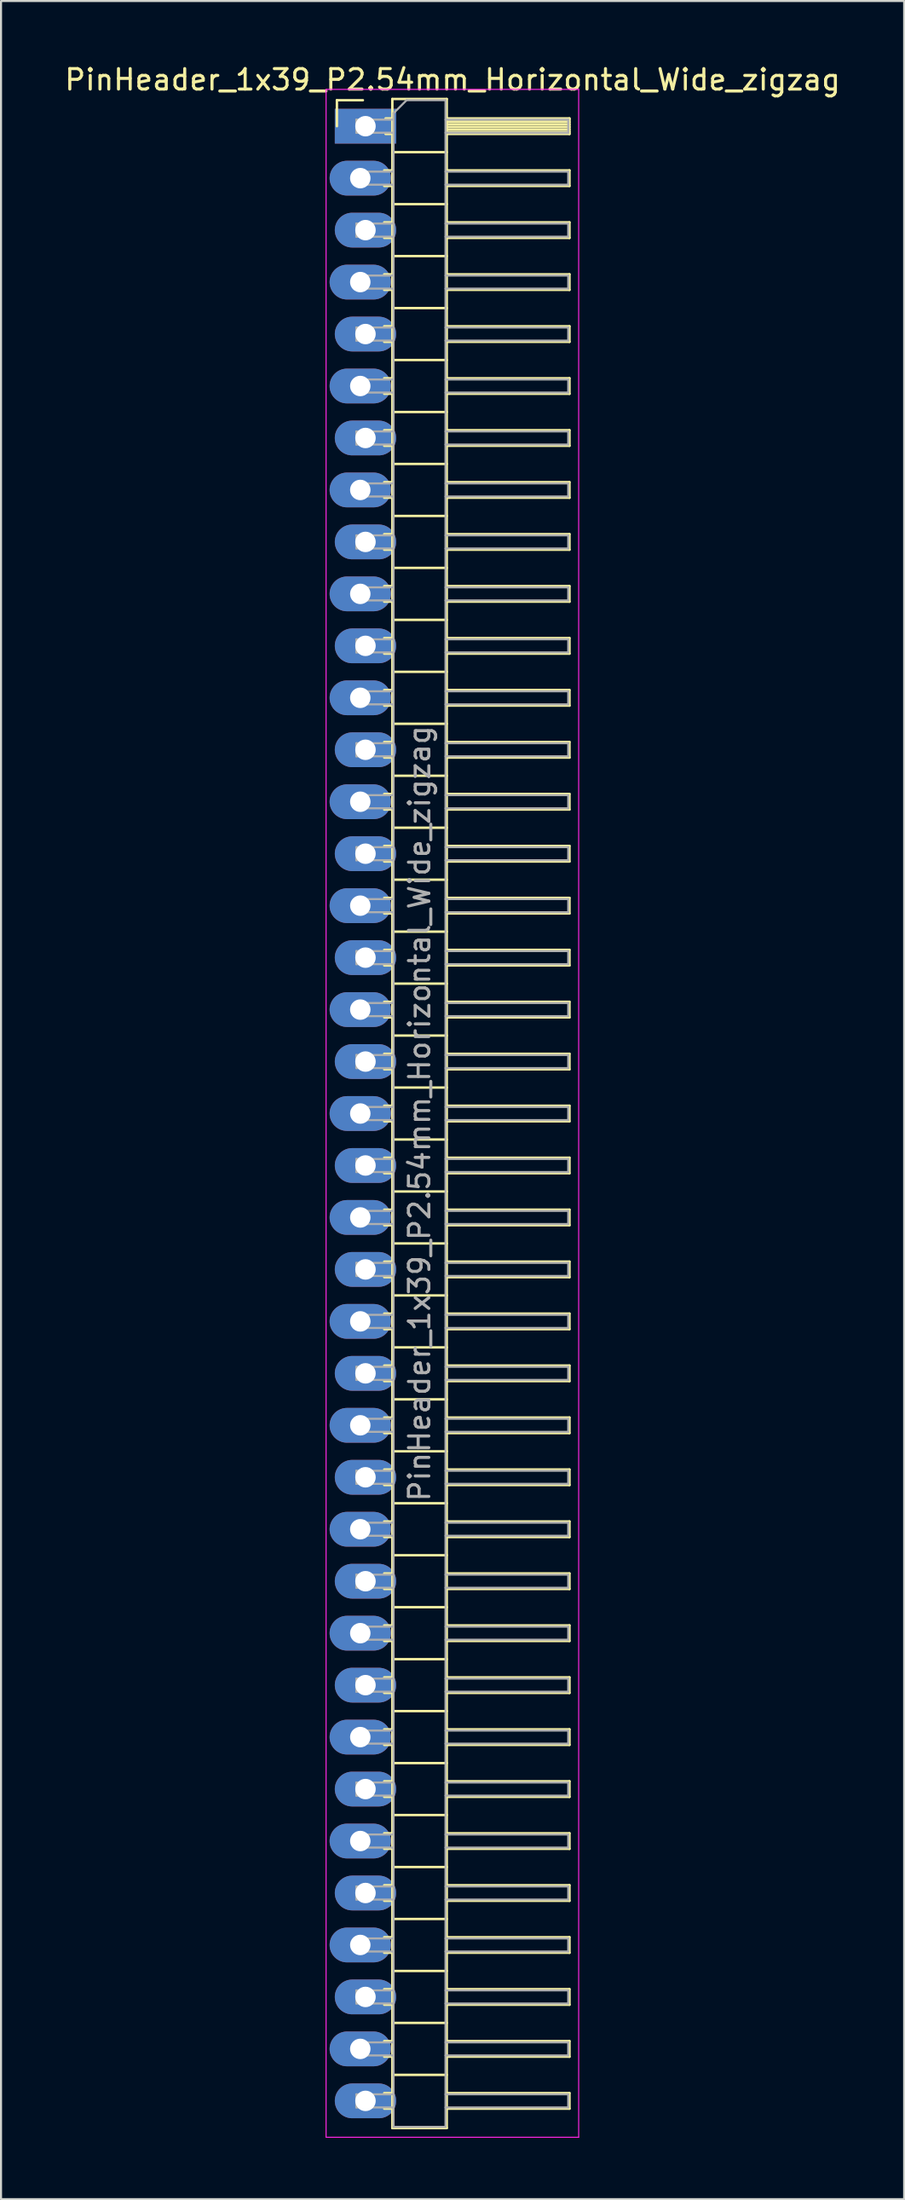
<source format=kicad_pcb>
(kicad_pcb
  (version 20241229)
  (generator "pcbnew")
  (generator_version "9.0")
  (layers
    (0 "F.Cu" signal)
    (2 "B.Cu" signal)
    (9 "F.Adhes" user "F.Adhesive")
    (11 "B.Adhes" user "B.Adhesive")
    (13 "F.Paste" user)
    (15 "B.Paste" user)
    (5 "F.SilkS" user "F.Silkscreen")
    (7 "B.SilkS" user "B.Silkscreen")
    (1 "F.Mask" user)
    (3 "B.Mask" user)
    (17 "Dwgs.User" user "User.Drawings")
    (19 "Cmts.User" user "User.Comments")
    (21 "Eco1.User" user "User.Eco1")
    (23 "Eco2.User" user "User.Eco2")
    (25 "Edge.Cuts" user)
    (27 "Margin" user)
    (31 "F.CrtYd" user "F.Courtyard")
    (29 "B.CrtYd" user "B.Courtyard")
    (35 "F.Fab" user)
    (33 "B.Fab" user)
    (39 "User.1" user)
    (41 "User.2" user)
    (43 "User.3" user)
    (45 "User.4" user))
  (footprint "PinHeader_1x39_P2.54mm_Horizontal_Wide_zigzag"
    (layer "F.Cu")
    (at 14.692 3.118)
    (property "Reference" "PinHeader_1x39_P2.54mm_Horizontal_Wide_zigzag" (at 4.385 -2.27 0) (layer "F.SilkS") (effects (font (size 1 1) (thickness 0.15))))
    (attr through_hole)
    (fp_line (start -1.27 -1.27) (end 0 -1.27) (stroke (width 0.12) (type solid)) (layer "F.SilkS"))
    (fp_line (start -1.27 0) (end -1.27 -1.27) (stroke (width 0.12) (type solid)) (layer "F.SilkS"))
    (fp_line (start 1.043 2.16) (end 1.44 2.16) (stroke (width 0.12) (type solid)) (layer "F.SilkS"))
    (fp_line (start 1.043 2.92) (end 1.44 2.92) (stroke (width 0.12) (type solid)) (layer "F.SilkS"))
    (fp_line (start 1.043 4.7) (end 1.44 4.7) (stroke (width 0.12) (type solid)) (layer "F.SilkS"))
    (fp_line (start 1.043 5.46) (end 1.44 5.46) (stroke (width 0.12) (type solid)) (layer "F.SilkS"))
    (fp_line (start 1.043 7.24) (end 1.44 7.24) (stroke (width 0.12) (type solid)) (layer "F.SilkS"))
    (fp_line (start 1.043 8) (end 1.44 8) (stroke (width 0.12) (type solid)) (layer "F.SilkS"))
    (fp_line (start 1.043 9.78) (end 1.44 9.78) (stroke (width 0.12) (type solid)) (layer "F.SilkS"))
    (fp_line (start 1.043 10.54) (end 1.44 10.54) (stroke (width 0.12) (type solid)) (layer "F.SilkS"))
    (fp_line (start 1.043 12.32) (end 1.44 12.32) (stroke (width 0.12) (type solid)) (layer "F.SilkS"))
    (fp_line (start 1.043 13.08) (end 1.44 13.08) (stroke (width 0.12) (type solid)) (layer "F.SilkS"))
    (fp_line (start 1.043 14.86) (end 1.44 14.86) (stroke (width 0.12) (type solid)) (layer "F.SilkS"))
    (fp_line (start 1.043 15.62) (end 1.44 15.62) (stroke (width 0.12) (type solid)) (layer "F.SilkS"))
    (fp_line (start 1.043 17.4) (end 1.44 17.4) (stroke (width 0.12) (type solid)) (layer "F.SilkS"))
    (fp_line (start 1.043 18.16) (end 1.44 18.16) (stroke (width 0.12) (type solid)) (layer "F.SilkS"))
    (fp_line (start 1.043 19.94) (end 1.44 19.94) (stroke (width 0.12) (type solid)) (layer "F.SilkS"))
    (fp_line (start 1.043 20.7) (end 1.44 20.7) (stroke (width 0.12) (type solid)) (layer "F.SilkS"))
    (fp_line (start 1.043 22.48) (end 1.44 22.48) (stroke (width 0.12) (type solid)) (layer "F.SilkS"))
    (fp_line (start 1.043 23.24) (end 1.44 23.24) (stroke (width 0.12) (type solid)) (layer "F.SilkS"))
    (fp_line (start 1.043 25.02) (end 1.44 25.02) (stroke (width 0.12) (type solid)) (layer "F.SilkS"))
    (fp_line (start 1.043 25.78) (end 1.44 25.78) (stroke (width 0.12) (type solid)) (layer "F.SilkS"))
    (fp_line (start 1.043 27.56) (end 1.44 27.56) (stroke (width 0.12) (type solid)) (layer "F.SilkS"))
    (fp_line (start 1.043 28.32) (end 1.44 28.32) (stroke (width 0.12) (type solid)) (layer "F.SilkS"))
    (fp_line (start 1.043 30.1) (end 1.44 30.1) (stroke (width 0.12) (type solid)) (layer "F.SilkS"))
    (fp_line (start 1.043 30.86) (end 1.44 30.86) (stroke (width 0.12) (type solid)) (layer "F.SilkS"))
    (fp_line (start 1.043 32.64) (end 1.44 32.64) (stroke (width 0.12) (type solid)) (layer "F.SilkS"))
    (fp_line (start 1.043 33.4) (end 1.44 33.4) (stroke (width 0.12) (type solid)) (layer "F.SilkS"))
    (fp_line (start 1.043 35.18) (end 1.44 35.18) (stroke (width 0.12) (type solid)) (layer "F.SilkS"))
    (fp_line (start 1.043 35.94) (end 1.44 35.94) (stroke (width 0.12) (type solid)) (layer "F.SilkS"))
    (fp_line (start 1.043 37.72) (end 1.44 37.72) (stroke (width 0.12) (type solid)) (layer "F.SilkS"))
    (fp_line (start 1.043 38.48) (end 1.44 38.48) (stroke (width 0.12) (type solid)) (layer "F.SilkS"))
    (fp_line (start 1.043 40.26) (end 1.44 40.26) (stroke (width 0.12) (type solid)) (layer "F.SilkS"))
    (fp_line (start 1.043 41.02) (end 1.44 41.02) (stroke (width 0.12) (type solid)) (layer "F.SilkS"))
    (fp_line (start 1.043 42.8) (end 1.44 42.8) (stroke (width 0.12) (type solid)) (layer "F.SilkS"))
    (fp_line (start 1.043 43.56) (end 1.44 43.56) (stroke (width 0.12) (type solid)) (layer "F.SilkS"))
    (fp_line (start 1.043 45.34) (end 1.44 45.34) (stroke (width 0.12) (type solid)) (layer "F.SilkS"))
    (fp_line (start 1.043 46.1) (end 1.44 46.1) (stroke (width 0.12) (type solid)) (layer "F.SilkS"))
    (fp_line (start 1.043 47.88) (end 1.44 47.88) (stroke (width 0.12) (type solid)) (layer "F.SilkS"))
    (fp_line (start 1.043 48.64) (end 1.44 48.64) (stroke (width 0.12) (type solid)) (layer "F.SilkS"))
    (fp_line (start 1.043 50.42) (end 1.44 50.42) (stroke (width 0.12) (type solid)) (layer "F.SilkS"))
    (fp_line (start 1.043 51.18) (end 1.44 51.18) (stroke (width 0.12) (type solid)) (layer "F.SilkS"))
    (fp_line (start 1.043 52.96) (end 1.44 52.96) (stroke (width 0.12) (type solid)) (layer "F.SilkS"))
    (fp_line (start 1.043 53.72) (end 1.44 53.72) (stroke (width 0.12) (type solid)) (layer "F.SilkS"))
    (fp_line (start 1.043 55.5) (end 1.44 55.5) (stroke (width 0.12) (type solid)) (layer "F.SilkS"))
    (fp_line (start 1.043 56.26) (end 1.44 56.26) (stroke (width 0.12) (type solid)) (layer "F.SilkS"))
    (fp_line (start 1.043 58.04) (end 1.44 58.04) (stroke (width 0.12) (type solid)) (layer "F.SilkS"))
    (fp_line (start 1.043 58.8) (end 1.44 58.8) (stroke (width 0.12) (type solid)) (layer "F.SilkS"))
    (fp_line (start 1.043 60.58) (end 1.44 60.58) (stroke (width 0.12) (type solid)) (layer "F.SilkS"))
    (fp_line (start 1.043 61.34) (end 1.44 61.34) (stroke (width 0.12) (type solid)) (layer "F.SilkS"))
    (fp_line (start 1.043 63.12) (end 1.44 63.12) (stroke (width 0.12) (type solid)) (layer "F.SilkS"))
    (fp_line (start 1.043 63.88) (end 1.44 63.88) (stroke (width 0.12) (type solid)) (layer "F.SilkS"))
    (fp_line (start 1.043 65.66) (end 1.44 65.66) (stroke (width 0.12) (type solid)) (layer "F.SilkS"))
    (fp_line (start 1.043 66.42) (end 1.44 66.42) (stroke (width 0.12) (type solid)) (layer "F.SilkS"))
    (fp_line (start 1.043 68.2) (end 1.44 68.2) (stroke (width 0.12) (type solid)) (layer "F.SilkS"))
    (fp_line (start 1.043 68.96) (end 1.44 68.96) (stroke (width 0.12) (type solid)) (layer "F.SilkS"))
    (fp_line (start 1.043 70.74) (end 1.44 70.74) (stroke (width 0.12) (type solid)) (layer "F.SilkS"))
    (fp_line (start 1.043 71.5) (end 1.44 71.5) (stroke (width 0.12) (type solid)) (layer "F.SilkS"))
    (fp_line (start 1.043 73.28) (end 1.44 73.28) (stroke (width 0.12) (type solid)) (layer "F.SilkS"))
    (fp_line (start 1.043 74.04) (end 1.44 74.04) (stroke (width 0.12) (type solid)) (layer "F.SilkS"))
    (fp_line (start 1.043 75.82) (end 1.44 75.82) (stroke (width 0.12) (type solid)) (layer "F.SilkS"))
    (fp_line (start 1.043 76.58) (end 1.44 76.58) (stroke (width 0.12) (type solid)) (layer "F.SilkS"))
    (fp_line (start 1.043 78.36) (end 1.44 78.36) (stroke (width 0.12) (type solid)) (layer "F.SilkS"))
    (fp_line (start 1.043 79.12) (end 1.44 79.12) (stroke (width 0.12) (type solid)) (layer "F.SilkS"))
    (fp_line (start 1.043 80.9) (end 1.44 80.9) (stroke (width 0.12) (type solid)) (layer "F.SilkS"))
    (fp_line (start 1.043 81.66) (end 1.44 81.66) (stroke (width 0.12) (type solid)) (layer "F.SilkS"))
    (fp_line (start 1.043 83.44) (end 1.44 83.44) (stroke (width 0.12) (type solid)) (layer "F.SilkS"))
    (fp_line (start 1.043 84.2) (end 1.44 84.2) (stroke (width 0.12) (type solid)) (layer "F.SilkS"))
    (fp_line (start 1.043 85.98) (end 1.44 85.98) (stroke (width 0.12) (type solid)) (layer "F.SilkS"))
    (fp_line (start 1.043 86.74) (end 1.44 86.74) (stroke (width 0.12) (type solid)) (layer "F.SilkS"))
    (fp_line (start 1.043 88.52) (end 1.44 88.52) (stroke (width 0.12) (type solid)) (layer "F.SilkS"))
    (fp_line (start 1.043 89.28) (end 1.44 89.28) (stroke (width 0.12) (type solid)) (layer "F.SilkS"))
    (fp_line (start 1.043 91.06) (end 1.44 91.06) (stroke (width 0.12) (type solid)) (layer "F.SilkS"))
    (fp_line (start 1.043 91.82) (end 1.44 91.82) (stroke (width 0.12) (type solid)) (layer "F.SilkS"))
    (fp_line (start 1.043 93.6) (end 1.44 93.6) (stroke (width 0.12) (type solid)) (layer "F.SilkS"))
    (fp_line (start 1.043 94.36) (end 1.44 94.36) (stroke (width 0.12) (type solid)) (layer "F.SilkS"))
    (fp_line (start 1.043 96.14) (end 1.44 96.14) (stroke (width 0.12) (type solid)) (layer "F.SilkS"))
    (fp_line (start 1.043 96.9) (end 1.44 96.9) (stroke (width 0.12) (type solid)) (layer "F.SilkS"))
    (fp_line (start 1.11 -0.38) (end 1.44 -0.38) (stroke (width 0.12) (type solid)) (layer "F.SilkS"))
    (fp_line (start 1.11 0.38) (end 1.44 0.38) (stroke (width 0.12) (type solid)) (layer "F.SilkS"))
    (fp_line (start 1.44 -1.33) (end 1.44 97.85) (stroke (width 0.12) (type solid)) (layer "F.SilkS"))
    (fp_line (start 1.44 1.27) (end 4.1 1.27) (stroke (width 0.12) (type solid)) (layer "F.SilkS"))
    (fp_line (start 1.44 3.81) (end 4.1 3.81) (stroke (width 0.12) (type solid)) (layer "F.SilkS"))
    (fp_line (start 1.44 6.35) (end 4.1 6.35) (stroke (width 0.12) (type solid)) (layer "F.SilkS"))
    (fp_line (start 1.44 8.89) (end 4.1 8.89) (stroke (width 0.12) (type solid)) (layer "F.SilkS"))
    (fp_line (start 1.44 11.43) (end 4.1 11.43) (stroke (width 0.12) (type solid)) (layer "F.SilkS"))
    (fp_line (start 1.44 13.97) (end 4.1 13.97) (stroke (width 0.12) (type solid)) (layer "F.SilkS"))
    (fp_line (start 1.44 16.51) (end 4.1 16.51) (stroke (width 0.12) (type solid)) (layer "F.SilkS"))
    (fp_line (start 1.44 19.05) (end 4.1 19.05) (stroke (width 0.12) (type solid)) (layer "F.SilkS"))
    (fp_line (start 1.44 21.59) (end 4.1 21.59) (stroke (width 0.12) (type solid)) (layer "F.SilkS"))
    (fp_line (start 1.44 24.13) (end 4.1 24.13) (stroke (width 0.12) (type solid)) (layer "F.SilkS"))
    (fp_line (start 1.44 26.67) (end 4.1 26.67) (stroke (width 0.12) (type solid)) (layer "F.SilkS"))
    (fp_line (start 1.44 29.21) (end 4.1 29.21) (stroke (width 0.12) (type solid)) (layer "F.SilkS"))
    (fp_line (start 1.44 31.75) (end 4.1 31.75) (stroke (width 0.12) (type solid)) (layer "F.SilkS"))
    (fp_line (start 1.44 34.29) (end 4.1 34.29) (stroke (width 0.12) (type solid)) (layer "F.SilkS"))
    (fp_line (start 1.44 36.83) (end 4.1 36.83) (stroke (width 0.12) (type solid)) (layer "F.SilkS"))
    (fp_line (start 1.44 39.37) (end 4.1 39.37) (stroke (width 0.12) (type solid)) (layer "F.SilkS"))
    (fp_line (start 1.44 41.91) (end 4.1 41.91) (stroke (width 0.12) (type solid)) (layer "F.SilkS"))
    (fp_line (start 1.44 44.45) (end 4.1 44.45) (stroke (width 0.12) (type solid)) (layer "F.SilkS"))
    (fp_line (start 1.44 46.99) (end 4.1 46.99) (stroke (width 0.12) (type solid)) (layer "F.SilkS"))
    (fp_line (start 1.44 49.53) (end 4.1 49.53) (stroke (width 0.12) (type solid)) (layer "F.SilkS"))
    (fp_line (start 1.44 52.07) (end 4.1 52.07) (stroke (width 0.12) (type solid)) (layer "F.SilkS"))
    (fp_line (start 1.44 54.61) (end 4.1 54.61) (stroke (width 0.12) (type solid)) (layer "F.SilkS"))
    (fp_line (start 1.44 57.15) (end 4.1 57.15) (stroke (width 0.12) (type solid)) (layer "F.SilkS"))
    (fp_line (start 1.44 59.69) (end 4.1 59.69) (stroke (width 0.12) (type solid)) (layer "F.SilkS"))
    (fp_line (start 1.44 62.23) (end 4.1 62.23) (stroke (width 0.12) (type solid)) (layer "F.SilkS"))
    (fp_line (start 1.44 64.77) (end 4.1 64.77) (stroke (width 0.12) (type solid)) (layer "F.SilkS"))
    (fp_line (start 1.44 67.31) (end 4.1 67.31) (stroke (width 0.12) (type solid)) (layer "F.SilkS"))
    (fp_line (start 1.44 69.85) (end 4.1 69.85) (stroke (width 0.12) (type solid)) (layer "F.SilkS"))
    (fp_line (start 1.44 72.39) (end 4.1 72.39) (stroke (width 0.12) (type solid)) (layer "F.SilkS"))
    (fp_line (start 1.44 74.93) (end 4.1 74.93) (stroke (width 0.12) (type solid)) (layer "F.SilkS"))
    (fp_line (start 1.44 77.47) (end 4.1 77.47) (stroke (width 0.12) (type solid)) (layer "F.SilkS"))
    (fp_line (start 1.44 80.01) (end 4.1 80.01) (stroke (width 0.12) (type solid)) (layer "F.SilkS"))
    (fp_line (start 1.44 82.55) (end 4.1 82.55) (stroke (width 0.12) (type solid)) (layer "F.SilkS"))
    (fp_line (start 1.44 85.09) (end 4.1 85.09) (stroke (width 0.12) (type solid)) (layer "F.SilkS"))
    (fp_line (start 1.44 87.63) (end 4.1 87.63) (stroke (width 0.12) (type solid)) (layer "F.SilkS"))
    (fp_line (start 1.44 90.17) (end 4.1 90.17) (stroke (width 0.12) (type solid)) (layer "F.SilkS"))
    (fp_line (start 1.44 92.71) (end 4.1 92.71) (stroke (width 0.12) (type solid)) (layer "F.SilkS"))
    (fp_line (start 1.44 95.25) (end 4.1 95.25) (stroke (width 0.12) (type solid)) (layer "F.SilkS"))
    (fp_line (start 1.44 97.85) (end 4.1 97.85) (stroke (width 0.12) (type solid)) (layer "F.SilkS"))
    (fp_line (start 4.1 -1.33) (end 1.44 -1.33) (stroke (width 0.12) (type solid)) (layer "F.SilkS"))
    (fp_line (start 4.1 -0.38) (end 10.1 -0.38) (stroke (width 0.12) (type solid)) (layer "F.SilkS"))
    (fp_line (start 4.1 -0.32) (end 10.1 -0.32) (stroke (width 0.12) (type solid)) (layer "F.SilkS"))
    (fp_line (start 4.1 -0.2) (end 10.1 -0.2) (stroke (width 0.12) (type solid)) (layer "F.SilkS"))
    (fp_line (start 4.1 -0.08) (end 10.1 -0.08) (stroke (width 0.12) (type solid)) (layer "F.SilkS"))
    (fp_line (start 4.1 0.04) (end 10.1 0.04) (stroke (width 0.12) (type solid)) (layer "F.SilkS"))
    (fp_line (start 4.1 0.16) (end 10.1 0.16) (stroke (width 0.12) (type solid)) (layer "F.SilkS"))
    (fp_line (start 4.1 0.28) (end 10.1 0.28) (stroke (width 0.12) (type solid)) (layer "F.SilkS"))
    (fp_line (start 4.1 2.16) (end 10.1 2.16) (stroke (width 0.12) (type solid)) (layer "F.SilkS"))
    (fp_line (start 4.1 4.7) (end 10.1 4.7) (stroke (width 0.12) (type solid)) (layer "F.SilkS"))
    (fp_line (start 4.1 7.24) (end 10.1 7.24) (stroke (width 0.12) (type solid)) (layer "F.SilkS"))
    (fp_line (start 4.1 9.78) (end 10.1 9.78) (stroke (width 0.12) (type solid)) (layer "F.SilkS"))
    (fp_line (start 4.1 12.32) (end 10.1 12.32) (stroke (width 0.12) (type solid)) (layer "F.SilkS"))
    (fp_line (start 4.1 14.86) (end 10.1 14.86) (stroke (width 0.12) (type solid)) (layer "F.SilkS"))
    (fp_line (start 4.1 17.4) (end 10.1 17.4) (stroke (width 0.12) (type solid)) (layer "F.SilkS"))
    (fp_line (start 4.1 19.94) (end 10.1 19.94) (stroke (width 0.12) (type solid)) (layer "F.SilkS"))
    (fp_line (start 4.1 22.48) (end 10.1 22.48) (stroke (width 0.12) (type solid)) (layer "F.SilkS"))
    (fp_line (start 4.1 25.02) (end 10.1 25.02) (stroke (width 0.12) (type solid)) (layer "F.SilkS"))
    (fp_line (start 4.1 27.56) (end 10.1 27.56) (stroke (width 0.12) (type solid)) (layer "F.SilkS"))
    (fp_line (start 4.1 30.1) (end 10.1 30.1) (stroke (width 0.12) (type solid)) (layer "F.SilkS"))
    (fp_line (start 4.1 32.64) (end 10.1 32.64) (stroke (width 0.12) (type solid)) (layer "F.SilkS"))
    (fp_line (start 4.1 35.18) (end 10.1 35.18) (stroke (width 0.12) (type solid)) (layer "F.SilkS"))
    (fp_line (start 4.1 37.72) (end 10.1 37.72) (stroke (width 0.12) (type solid)) (layer "F.SilkS"))
    (fp_line (start 4.1 40.26) (end 10.1 40.26) (stroke (width 0.12) (type solid)) (layer "F.SilkS"))
    (fp_line (start 4.1 42.8) (end 10.1 42.8) (stroke (width 0.12) (type solid)) (layer "F.SilkS"))
    (fp_line (start 4.1 45.34) (end 10.1 45.34) (stroke (width 0.12) (type solid)) (layer "F.SilkS"))
    (fp_line (start 4.1 47.88) (end 10.1 47.88) (stroke (width 0.12) (type solid)) (layer "F.SilkS"))
    (fp_line (start 4.1 50.42) (end 10.1 50.42) (stroke (width 0.12) (type solid)) (layer "F.SilkS"))
    (fp_line (start 4.1 52.96) (end 10.1 52.96) (stroke (width 0.12) (type solid)) (layer "F.SilkS"))
    (fp_line (start 4.1 55.5) (end 10.1 55.5) (stroke (width 0.12) (type solid)) (layer "F.SilkS"))
    (fp_line (start 4.1 58.04) (end 10.1 58.04) (stroke (width 0.12) (type solid)) (layer "F.SilkS"))
    (fp_line (start 4.1 60.58) (end 10.1 60.58) (stroke (width 0.12) (type solid)) (layer "F.SilkS"))
    (fp_line (start 4.1 63.12) (end 10.1 63.12) (stroke (width 0.12) (type solid)) (layer "F.SilkS"))
    (fp_line (start 4.1 65.66) (end 10.1 65.66) (stroke (width 0.12) (type solid)) (layer "F.SilkS"))
    (fp_line (start 4.1 68.2) (end 10.1 68.2) (stroke (width 0.12) (type solid)) (layer "F.SilkS"))
    (fp_line (start 4.1 70.74) (end 10.1 70.74) (stroke (width 0.12) (type solid)) (layer "F.SilkS"))
    (fp_line (start 4.1 73.28) (end 10.1 73.28) (stroke (width 0.12) (type solid)) (layer "F.SilkS"))
    (fp_line (start 4.1 75.82) (end 10.1 75.82) (stroke (width 0.12) (type solid)) (layer "F.SilkS"))
    (fp_line (start 4.1 78.36) (end 10.1 78.36) (stroke (width 0.12) (type solid)) (layer "F.SilkS"))
    (fp_line (start 4.1 80.9) (end 10.1 80.9) (stroke (width 0.12) (type solid)) (layer "F.SilkS"))
    (fp_line (start 4.1 83.44) (end 10.1 83.44) (stroke (width 0.12) (type solid)) (layer "F.SilkS"))
    (fp_line (start 4.1 85.98) (end 10.1 85.98) (stroke (width 0.12) (type solid)) (layer "F.SilkS"))
    (fp_line (start 4.1 88.52) (end 10.1 88.52) (stroke (width 0.12) (type solid)) (layer "F.SilkS"))
    (fp_line (start 4.1 91.06) (end 10.1 91.06) (stroke (width 0.12) (type solid)) (layer "F.SilkS"))
    (fp_line (start 4.1 93.6) (end 10.1 93.6) (stroke (width 0.12) (type solid)) (layer "F.SilkS"))
    (fp_line (start 4.1 96.14) (end 10.1 96.14) (stroke (width 0.12) (type solid)) (layer "F.SilkS"))
    (fp_line (start 4.1 97.85) (end 4.1 -1.33) (stroke (width 0.12) (type solid)) (layer "F.SilkS"))
    (fp_line (start 10.1 -0.38) (end 10.1 0.38) (stroke (width 0.12) (type solid)) (layer "F.SilkS"))
    (fp_line (start 10.1 0.38) (end 4.1 0.38) (stroke (width 0.12) (type solid)) (layer "F.SilkS"))
    (fp_line (start 10.1 2.16) (end 10.1 2.92) (stroke (width 0.12) (type solid)) (layer "F.SilkS"))
    (fp_line (start 10.1 2.92) (end 4.1 2.92) (stroke (width 0.12) (type solid)) (layer "F.SilkS"))
    (fp_line (start 10.1 4.7) (end 10.1 5.46) (stroke (width 0.12) (type solid)) (layer "F.SilkS"))
    (fp_line (start 10.1 5.46) (end 4.1 5.46) (stroke (width 0.12) (type solid)) (layer "F.SilkS"))
    (fp_line (start 10.1 7.24) (end 10.1 8) (stroke (width 0.12) (type solid)) (layer "F.SilkS"))
    (fp_line (start 10.1 8) (end 4.1 8) (stroke (width 0.12) (type solid)) (layer "F.SilkS"))
    (fp_line (start 10.1 9.78) (end 10.1 10.54) (stroke (width 0.12) (type solid)) (layer "F.SilkS"))
    (fp_line (start 10.1 10.54) (end 4.1 10.54) (stroke (width 0.12) (type solid)) (layer "F.SilkS"))
    (fp_line (start 10.1 12.32) (end 10.1 13.08) (stroke (width 0.12) (type solid)) (layer "F.SilkS"))
    (fp_line (start 10.1 13.08) (end 4.1 13.08) (stroke (width 0.12) (type solid)) (layer "F.SilkS"))
    (fp_line (start 10.1 14.86) (end 10.1 15.62) (stroke (width 0.12) (type solid)) (layer "F.SilkS"))
    (fp_line (start 10.1 15.62) (end 4.1 15.62) (stroke (width 0.12) (type solid)) (layer "F.SilkS"))
    (fp_line (start 10.1 17.4) (end 10.1 18.16) (stroke (width 0.12) (type solid)) (layer "F.SilkS"))
    (fp_line (start 10.1 18.16) (end 4.1 18.16) (stroke (width 0.12) (type solid)) (layer "F.SilkS"))
    (fp_line (start 10.1 19.94) (end 10.1 20.7) (stroke (width 0.12) (type solid)) (layer "F.SilkS"))
    (fp_line (start 10.1 20.7) (end 4.1 20.7) (stroke (width 0.12) (type solid)) (layer "F.SilkS"))
    (fp_line (start 10.1 22.48) (end 10.1 23.24) (stroke (width 0.12) (type solid)) (layer "F.SilkS"))
    (fp_line (start 10.1 23.24) (end 4.1 23.24) (stroke (width 0.12) (type solid)) (layer "F.SilkS"))
    (fp_line (start 10.1 25.02) (end 10.1 25.78) (stroke (width 0.12) (type solid)) (layer "F.SilkS"))
    (fp_line (start 10.1 25.78) (end 4.1 25.78) (stroke (width 0.12) (type solid)) (layer "F.SilkS"))
    (fp_line (start 10.1 27.56) (end 10.1 28.32) (stroke (width 0.12) (type solid)) (layer "F.SilkS"))
    (fp_line (start 10.1 28.32) (end 4.1 28.32) (stroke (width 0.12) (type solid)) (layer "F.SilkS"))
    (fp_line (start 10.1 30.1) (end 10.1 30.86) (stroke (width 0.12) (type solid)) (layer "F.SilkS"))
    (fp_line (start 10.1 30.86) (end 4.1 30.86) (stroke (width 0.12) (type solid)) (layer "F.SilkS"))
    (fp_line (start 10.1 32.64) (end 10.1 33.4) (stroke (width 0.12) (type solid)) (layer "F.SilkS"))
    (fp_line (start 10.1 33.4) (end 4.1 33.4) (stroke (width 0.12) (type solid)) (layer "F.SilkS"))
    (fp_line (start 10.1 35.18) (end 10.1 35.94) (stroke (width 0.12) (type solid)) (layer "F.SilkS"))
    (fp_line (start 10.1 35.94) (end 4.1 35.94) (stroke (width 0.12) (type solid)) (layer "F.SilkS"))
    (fp_line (start 10.1 37.72) (end 10.1 38.48) (stroke (width 0.12) (type solid)) (layer "F.SilkS"))
    (fp_line (start 10.1 38.48) (end 4.1 38.48) (stroke (width 0.12) (type solid)) (layer "F.SilkS"))
    (fp_line (start 10.1 40.26) (end 10.1 41.02) (stroke (width 0.12) (type solid)) (layer "F.SilkS"))
    (fp_line (start 10.1 41.02) (end 4.1 41.02) (stroke (width 0.12) (type solid)) (layer "F.SilkS"))
    (fp_line (start 10.1 42.8) (end 10.1 43.56) (stroke (width 0.12) (type solid)) (layer "F.SilkS"))
    (fp_line (start 10.1 43.56) (end 4.1 43.56) (stroke (width 0.12) (type solid)) (layer "F.SilkS"))
    (fp_line (start 10.1 45.34) (end 10.1 46.1) (stroke (width 0.12) (type solid)) (layer "F.SilkS"))
    (fp_line (start 10.1 46.1) (end 4.1 46.1) (stroke (width 0.12) (type solid)) (layer "F.SilkS"))
    (fp_line (start 10.1 47.88) (end 10.1 48.64) (stroke (width 0.12) (type solid)) (layer "F.SilkS"))
    (fp_line (start 10.1 48.64) (end 4.1 48.64) (stroke (width 0.12) (type solid)) (layer "F.SilkS"))
    (fp_line (start 10.1 50.42) (end 10.1 51.18) (stroke (width 0.12) (type solid)) (layer "F.SilkS"))
    (fp_line (start 10.1 51.18) (end 4.1 51.18) (stroke (width 0.12) (type solid)) (layer "F.SilkS"))
    (fp_line (start 10.1 52.96) (end 10.1 53.72) (stroke (width 0.12) (type solid)) (layer "F.SilkS"))
    (fp_line (start 10.1 53.72) (end 4.1 53.72) (stroke (width 0.12) (type solid)) (layer "F.SilkS"))
    (fp_line (start 10.1 55.5) (end 10.1 56.26) (stroke (width 0.12) (type solid)) (layer "F.SilkS"))
    (fp_line (start 10.1 56.26) (end 4.1 56.26) (stroke (width 0.12) (type solid)) (layer "F.SilkS"))
    (fp_line (start 10.1 58.04) (end 10.1 58.8) (stroke (width 0.12) (type solid)) (layer "F.SilkS"))
    (fp_line (start 10.1 58.8) (end 4.1 58.8) (stroke (width 0.12) (type solid)) (layer "F.SilkS"))
    (fp_line (start 10.1 60.58) (end 10.1 61.34) (stroke (width 0.12) (type solid)) (layer "F.SilkS"))
    (fp_line (start 10.1 61.34) (end 4.1 61.34) (stroke (width 0.12) (type solid)) (layer "F.SilkS"))
    (fp_line (start 10.1 63.12) (end 10.1 63.88) (stroke (width 0.12) (type solid)) (layer "F.SilkS"))
    (fp_line (start 10.1 63.88) (end 4.1 63.88) (stroke (width 0.12) (type solid)) (layer "F.SilkS"))
    (fp_line (start 10.1 65.66) (end 10.1 66.42) (stroke (width 0.12) (type solid)) (layer "F.SilkS"))
    (fp_line (start 10.1 66.42) (end 4.1 66.42) (stroke (width 0.12) (type solid)) (layer "F.SilkS"))
    (fp_line (start 10.1 68.2) (end 10.1 68.96) (stroke (width 0.12) (type solid)) (layer "F.SilkS"))
    (fp_line (start 10.1 68.96) (end 4.1 68.96) (stroke (width 0.12) (type solid)) (layer "F.SilkS"))
    (fp_line (start 10.1 70.74) (end 10.1 71.5) (stroke (width 0.12) (type solid)) (layer "F.SilkS"))
    (fp_line (start 10.1 71.5) (end 4.1 71.5) (stroke (width 0.12) (type solid)) (layer "F.SilkS"))
    (fp_line (start 10.1 73.28) (end 10.1 74.04) (stroke (width 0.12) (type solid)) (layer "F.SilkS"))
    (fp_line (start 10.1 74.04) (end 4.1 74.04) (stroke (width 0.12) (type solid)) (layer "F.SilkS"))
    (fp_line (start 10.1 75.82) (end 10.1 76.58) (stroke (width 0.12) (type solid)) (layer "F.SilkS"))
    (fp_line (start 10.1 76.58) (end 4.1 76.58) (stroke (width 0.12) (type solid)) (layer "F.SilkS"))
    (fp_line (start 10.1 78.36) (end 10.1 79.12) (stroke (width 0.12) (type solid)) (layer "F.SilkS"))
    (fp_line (start 10.1 79.12) (end 4.1 79.12) (stroke (width 0.12) (type solid)) (layer "F.SilkS"))
    (fp_line (start 10.1 80.9) (end 10.1 81.66) (stroke (width 0.12) (type solid)) (layer "F.SilkS"))
    (fp_line (start 10.1 81.66) (end 4.1 81.66) (stroke (width 0.12) (type solid)) (layer "F.SilkS"))
    (fp_line (start 10.1 83.44) (end 10.1 84.2) (stroke (width 0.12) (type solid)) (layer "F.SilkS"))
    (fp_line (start 10.1 84.2) (end 4.1 84.2) (stroke (width 0.12) (type solid)) (layer "F.SilkS"))
    (fp_line (start 10.1 85.98) (end 10.1 86.74) (stroke (width 0.12) (type solid)) (layer "F.SilkS"))
    (fp_line (start 10.1 86.74) (end 4.1 86.74) (stroke (width 0.12) (type solid)) (layer "F.SilkS"))
    (fp_line (start 10.1 88.52) (end 10.1 89.28) (stroke (width 0.12) (type solid)) (layer "F.SilkS"))
    (fp_line (start 10.1 89.28) (end 4.1 89.28) (stroke (width 0.12) (type solid)) (layer "F.SilkS"))
    (fp_line (start 10.1 91.06) (end 10.1 91.82) (stroke (width 0.12) (type solid)) (layer "F.SilkS"))
    (fp_line (start 10.1 91.82) (end 4.1 91.82) (stroke (width 0.12) (type solid)) (layer "F.SilkS"))
    (fp_line (start 10.1 93.6) (end 10.1 94.36) (stroke (width 0.12) (type solid)) (layer "F.SilkS"))
    (fp_line (start 10.1 94.36) (end 4.1 94.36) (stroke (width 0.12) (type solid)) (layer "F.SilkS"))
    (fp_line (start 10.1 96.14) (end 10.1 96.9) (stroke (width 0.12) (type solid)) (layer "F.SilkS"))
    (fp_line (start 10.1 96.9) (end 4.1 96.9) (stroke (width 0.12) (type solid)) (layer "F.SilkS"))
    (fp_line (start -1.8 -1.8) (end -1.8 98.3) (stroke (width 0.05) (type solid)) (layer "F.CrtYd"))
    (fp_line (start -1.8 98.3) (end 10.55 98.3) (stroke (width 0.05) (type solid)) (layer "F.CrtYd"))
    (fp_line (start 10.55 -1.8) (end -1.8 -1.8) (stroke (width 0.05) (type solid)) (layer "F.CrtYd"))
    (fp_line (start 10.55 98.3) (end 10.55 -1.8) (stroke (width 0.05) (type solid)) (layer "F.CrtYd"))
    (fp_line (start -0.32 -0.32) (end -0.32 0.32) (stroke (width 0.1) (type solid)) (layer "F.Fab"))
    (fp_line (start -0.32 -0.32) (end 1.5 -0.32) (stroke (width 0.1) (type solid)) (layer "F.Fab"))
    (fp_line (start -0.32 0.32) (end 1.5 0.32) (stroke (width 0.1) (type solid)) (layer "F.Fab"))
    (fp_line (start -0.32 2.22) (end -0.32 2.86) (stroke (width 0.1) (type solid)) (layer "F.Fab"))
    (fp_line (start -0.32 2.22) (end 1.5 2.22) (stroke (width 0.1) (type solid)) (layer "F.Fab"))
    (fp_line (start -0.32 2.86) (end 1.5 2.86) (stroke (width 0.1) (type solid)) (layer "F.Fab"))
    (fp_line (start -0.32 4.76) (end -0.32 5.4) (stroke (width 0.1) (type solid)) (layer "F.Fab"))
    (fp_line (start -0.32 4.76) (end 1.5 4.76) (stroke (width 0.1) (type solid)) (layer "F.Fab"))
    (fp_line (start -0.32 5.4) (end 1.5 5.4) (stroke (width 0.1) (type solid)) (layer "F.Fab"))
    (fp_line (start -0.32 7.3) (end -0.32 7.94) (stroke (width 0.1) (type solid)) (layer "F.Fab"))
    (fp_line (start -0.32 7.3) (end 1.5 7.3) (stroke (width 0.1) (type solid)) (layer "F.Fab"))
    (fp_line (start -0.32 7.94) (end 1.5 7.94) (stroke (width 0.1) (type solid)) (layer "F.Fab"))
    (fp_line (start -0.32 9.84) (end -0.32 10.48) (stroke (width 0.1) (type solid)) (layer "F.Fab"))
    (fp_line (start -0.32 9.84) (end 1.5 9.84) (stroke (width 0.1) (type solid)) (layer "F.Fab"))
    (fp_line (start -0.32 10.48) (end 1.5 10.48) (stroke (width 0.1) (type solid)) (layer "F.Fab"))
    (fp_line (start -0.32 12.38) (end -0.32 13.02) (stroke (width 0.1) (type solid)) (layer "F.Fab"))
    (fp_line (start -0.32 12.38) (end 1.5 12.38) (stroke (width 0.1) (type solid)) (layer "F.Fab"))
    (fp_line (start -0.32 13.02) (end 1.5 13.02) (stroke (width 0.1) (type solid)) (layer "F.Fab"))
    (fp_line (start -0.32 14.92) (end -0.32 15.56) (stroke (width 0.1) (type solid)) (layer "F.Fab"))
    (fp_line (start -0.32 14.92) (end 1.5 14.92) (stroke (width 0.1) (type solid)) (layer "F.Fab"))
    (fp_line (start -0.32 15.56) (end 1.5 15.56) (stroke (width 0.1) (type solid)) (layer "F.Fab"))
    (fp_line (start -0.32 17.46) (end -0.32 18.1) (stroke (width 0.1) (type solid)) (layer "F.Fab"))
    (fp_line (start -0.32 17.46) (end 1.5 17.46) (stroke (width 0.1) (type solid)) (layer "F.Fab"))
    (fp_line (start -0.32 18.1) (end 1.5 18.1) (stroke (width 0.1) (type solid)) (layer "F.Fab"))
    (fp_line (start -0.32 20) (end -0.32 20.64) (stroke (width 0.1) (type solid)) (layer "F.Fab"))
    (fp_line (start -0.32 20) (end 1.5 20) (stroke (width 0.1) (type solid)) (layer "F.Fab"))
    (fp_line (start -0.32 20.64) (end 1.5 20.64) (stroke (width 0.1) (type solid)) (layer "F.Fab"))
    (fp_line (start -0.32 22.54) (end -0.32 23.18) (stroke (width 0.1) (type solid)) (layer "F.Fab"))
    (fp_line (start -0.32 22.54) (end 1.5 22.54) (stroke (width 0.1) (type solid)) (layer "F.Fab"))
    (fp_line (start -0.32 23.18) (end 1.5 23.18) (stroke (width 0.1) (type solid)) (layer "F.Fab"))
    (fp_line (start -0.32 25.08) (end -0.32 25.72) (stroke (width 0.1) (type solid)) (layer "F.Fab"))
    (fp_line (start -0.32 25.08) (end 1.5 25.08) (stroke (width 0.1) (type solid)) (layer "F.Fab"))
    (fp_line (start -0.32 25.72) (end 1.5 25.72) (stroke (width 0.1) (type solid)) (layer "F.Fab"))
    (fp_line (start -0.32 27.62) (end -0.32 28.26) (stroke (width 0.1) (type solid)) (layer "F.Fab"))
    (fp_line (start -0.32 27.62) (end 1.5 27.62) (stroke (width 0.1) (type solid)) (layer "F.Fab"))
    (fp_line (start -0.32 28.26) (end 1.5 28.26) (stroke (width 0.1) (type solid)) (layer "F.Fab"))
    (fp_line (start -0.32 30.16) (end -0.32 30.8) (stroke (width 0.1) (type solid)) (layer "F.Fab"))
    (fp_line (start -0.32 30.16) (end 1.5 30.16) (stroke (width 0.1) (type solid)) (layer "F.Fab"))
    (fp_line (start -0.32 30.8) (end 1.5 30.8) (stroke (width 0.1) (type solid)) (layer "F.Fab"))
    (fp_line (start -0.32 32.7) (end -0.32 33.34) (stroke (width 0.1) (type solid)) (layer "F.Fab"))
    (fp_line (start -0.32 32.7) (end 1.5 32.7) (stroke (width 0.1) (type solid)) (layer "F.Fab"))
    (fp_line (start -0.32 33.34) (end 1.5 33.34) (stroke (width 0.1) (type solid)) (layer "F.Fab"))
    (fp_line (start -0.32 35.24) (end -0.32 35.88) (stroke (width 0.1) (type solid)) (layer "F.Fab"))
    (fp_line (start -0.32 35.24) (end 1.5 35.24) (stroke (width 0.1) (type solid)) (layer "F.Fab"))
    (fp_line (start -0.32 35.88) (end 1.5 35.88) (stroke (width 0.1) (type solid)) (layer "F.Fab"))
    (fp_line (start -0.32 37.78) (end -0.32 38.42) (stroke (width 0.1) (type solid)) (layer "F.Fab"))
    (fp_line (start -0.32 37.78) (end 1.5 37.78) (stroke (width 0.1) (type solid)) (layer "F.Fab"))
    (fp_line (start -0.32 38.42) (end 1.5 38.42) (stroke (width 0.1) (type solid)) (layer "F.Fab"))
    (fp_line (start -0.32 40.32) (end -0.32 40.96) (stroke (width 0.1) (type solid)) (layer "F.Fab"))
    (fp_line (start -0.32 40.32) (end 1.5 40.32) (stroke (width 0.1) (type solid)) (layer "F.Fab"))
    (fp_line (start -0.32 40.96) (end 1.5 40.96) (stroke (width 0.1) (type solid)) (layer "F.Fab"))
    (fp_line (start -0.32 42.86) (end -0.32 43.5) (stroke (width 0.1) (type solid)) (layer "F.Fab"))
    (fp_line (start -0.32 42.86) (end 1.5 42.86) (stroke (width 0.1) (type solid)) (layer "F.Fab"))
    (fp_line (start -0.32 43.5) (end 1.5 43.5) (stroke (width 0.1) (type solid)) (layer "F.Fab"))
    (fp_line (start -0.32 45.4) (end -0.32 46.04) (stroke (width 0.1) (type solid)) (layer "F.Fab"))
    (fp_line (start -0.32 45.4) (end 1.5 45.4) (stroke (width 0.1) (type solid)) (layer "F.Fab"))
    (fp_line (start -0.32 46.04) (end 1.5 46.04) (stroke (width 0.1) (type solid)) (layer "F.Fab"))
    (fp_line (start -0.32 47.94) (end -0.32 48.58) (stroke (width 0.1) (type solid)) (layer "F.Fab"))
    (fp_line (start -0.32 47.94) (end 1.5 47.94) (stroke (width 0.1) (type solid)) (layer "F.Fab"))
    (fp_line (start -0.32 48.58) (end 1.5 48.58) (stroke (width 0.1) (type solid)) (layer "F.Fab"))
    (fp_line (start -0.32 50.48) (end -0.32 51.12) (stroke (width 0.1) (type solid)) (layer "F.Fab"))
    (fp_line (start -0.32 50.48) (end 1.5 50.48) (stroke (width 0.1) (type solid)) (layer "F.Fab"))
    (fp_line (start -0.32 51.12) (end 1.5 51.12) (stroke (width 0.1) (type solid)) (layer "F.Fab"))
    (fp_line (start -0.32 53.02) (end -0.32 53.66) (stroke (width 0.1) (type solid)) (layer "F.Fab"))
    (fp_line (start -0.32 53.02) (end 1.5 53.02) (stroke (width 0.1) (type solid)) (layer "F.Fab"))
    (fp_line (start -0.32 53.66) (end 1.5 53.66) (stroke (width 0.1) (type solid)) (layer "F.Fab"))
    (fp_line (start -0.32 55.56) (end -0.32 56.2) (stroke (width 0.1) (type solid)) (layer "F.Fab"))
    (fp_line (start -0.32 55.56) (end 1.5 55.56) (stroke (width 0.1) (type solid)) (layer "F.Fab"))
    (fp_line (start -0.32 56.2) (end 1.5 56.2) (stroke (width 0.1) (type solid)) (layer "F.Fab"))
    (fp_line (start -0.32 58.1) (end -0.32 58.74) (stroke (width 0.1) (type solid)) (layer "F.Fab"))
    (fp_line (start -0.32 58.1) (end 1.5 58.1) (stroke (width 0.1) (type solid)) (layer "F.Fab"))
    (fp_line (start -0.32 58.74) (end 1.5 58.74) (stroke (width 0.1) (type solid)) (layer "F.Fab"))
    (fp_line (start -0.32 60.64) (end -0.32 61.28) (stroke (width 0.1) (type solid)) (layer "F.Fab"))
    (fp_line (start -0.32 60.64) (end 1.5 60.64) (stroke (width 0.1) (type solid)) (layer "F.Fab"))
    (fp_line (start -0.32 61.28) (end 1.5 61.28) (stroke (width 0.1) (type solid)) (layer "F.Fab"))
    (fp_line (start -0.32 63.18) (end -0.32 63.82) (stroke (width 0.1) (type solid)) (layer "F.Fab"))
    (fp_line (start -0.32 63.18) (end 1.5 63.18) (stroke (width 0.1) (type solid)) (layer "F.Fab"))
    (fp_line (start -0.32 63.82) (end 1.5 63.82) (stroke (width 0.1) (type solid)) (layer "F.Fab"))
    (fp_line (start -0.32 65.72) (end -0.32 66.36) (stroke (width 0.1) (type solid)) (layer "F.Fab"))
    (fp_line (start -0.32 65.72) (end 1.5 65.72) (stroke (width 0.1) (type solid)) (layer "F.Fab"))
    (fp_line (start -0.32 66.36) (end 1.5 66.36) (stroke (width 0.1) (type solid)) (layer "F.Fab"))
    (fp_line (start -0.32 68.26) (end -0.32 68.9) (stroke (width 0.1) (type solid)) (layer "F.Fab"))
    (fp_line (start -0.32 68.26) (end 1.5 68.26) (stroke (width 0.1) (type solid)) (layer "F.Fab"))
    (fp_line (start -0.32 68.9) (end 1.5 68.9) (stroke (width 0.1) (type solid)) (layer "F.Fab"))
    (fp_line (start -0.32 70.8) (end -0.32 71.44) (stroke (width 0.1) (type solid)) (layer "F.Fab"))
    (fp_line (start -0.32 70.8) (end 1.5 70.8) (stroke (width 0.1) (type solid)) (layer "F.Fab"))
    (fp_line (start -0.32 71.44) (end 1.5 71.44) (stroke (width 0.1) (type solid)) (layer "F.Fab"))
    (fp_line (start -0.32 73.34) (end -0.32 73.98) (stroke (width 0.1) (type solid)) (layer "F.Fab"))
    (fp_line (start -0.32 73.34) (end 1.5 73.34) (stroke (width 0.1) (type solid)) (layer "F.Fab"))
    (fp_line (start -0.32 73.98) (end 1.5 73.98) (stroke (width 0.1) (type solid)) (layer "F.Fab"))
    (fp_line (start -0.32 75.88) (end -0.32 76.52) (stroke (width 0.1) (type solid)) (layer "F.Fab"))
    (fp_line (start -0.32 75.88) (end 1.5 75.88) (stroke (width 0.1) (type solid)) (layer "F.Fab"))
    (fp_line (start -0.32 76.52) (end 1.5 76.52) (stroke (width 0.1) (type solid)) (layer "F.Fab"))
    (fp_line (start -0.32 78.42) (end -0.32 79.06) (stroke (width 0.1) (type solid)) (layer "F.Fab"))
    (fp_line (start -0.32 78.42) (end 1.5 78.42) (stroke (width 0.1) (type solid)) (layer "F.Fab"))
    (fp_line (start -0.32 79.06) (end 1.5 79.06) (stroke (width 0.1) (type solid)) (layer "F.Fab"))
    (fp_line (start -0.32 80.96) (end -0.32 81.6) (stroke (width 0.1) (type solid)) (layer "F.Fab"))
    (fp_line (start -0.32 80.96) (end 1.5 80.96) (stroke (width 0.1) (type solid)) (layer "F.Fab"))
    (fp_line (start -0.32 81.6) (end 1.5 81.6) (stroke (width 0.1) (type solid)) (layer "F.Fab"))
    (fp_line (start -0.32 83.5) (end -0.32 84.14) (stroke (width 0.1) (type solid)) (layer "F.Fab"))
    (fp_line (start -0.32 83.5) (end 1.5 83.5) (stroke (width 0.1) (type solid)) (layer "F.Fab"))
    (fp_line (start -0.32 84.14) (end 1.5 84.14) (stroke (width 0.1) (type solid)) (layer "F.Fab"))
    (fp_line (start -0.32 86.04) (end -0.32 86.68) (stroke (width 0.1) (type solid)) (layer "F.Fab"))
    (fp_line (start -0.32 86.04) (end 1.5 86.04) (stroke (width 0.1) (type solid)) (layer "F.Fab"))
    (fp_line (start -0.32 86.68) (end 1.5 86.68) (stroke (width 0.1) (type solid)) (layer "F.Fab"))
    (fp_line (start -0.32 88.58) (end -0.32 89.22) (stroke (width 0.1) (type solid)) (layer "F.Fab"))
    (fp_line (start -0.32 88.58) (end 1.5 88.58) (stroke (width 0.1) (type solid)) (layer "F.Fab"))
    (fp_line (start -0.32 89.22) (end 1.5 89.22) (stroke (width 0.1) (type solid)) (layer "F.Fab"))
    (fp_line (start -0.32 91.12) (end -0.32 91.76) (stroke (width 0.1) (type solid)) (layer "F.Fab"))
    (fp_line (start -0.32 91.12) (end 1.5 91.12) (stroke (width 0.1) (type solid)) (layer "F.Fab"))
    (fp_line (start -0.32 91.76) (end 1.5 91.76) (stroke (width 0.1) (type solid)) (layer "F.Fab"))
    (fp_line (start -0.32 93.66) (end -0.32 94.3) (stroke (width 0.1) (type solid)) (layer "F.Fab"))
    (fp_line (start -0.32 93.66) (end 1.5 93.66) (stroke (width 0.1) (type solid)) (layer "F.Fab"))
    (fp_line (start -0.32 94.3) (end 1.5 94.3) (stroke (width 0.1) (type solid)) (layer "F.Fab"))
    (fp_line (start -0.32 96.2) (end -0.32 96.84) (stroke (width 0.1) (type solid)) (layer "F.Fab"))
    (fp_line (start -0.32 96.2) (end 1.5 96.2) (stroke (width 0.1) (type solid)) (layer "F.Fab"))
    (fp_line (start -0.32 96.84) (end 1.5 96.84) (stroke (width 0.1) (type solid)) (layer "F.Fab"))
    (fp_line (start 1.5 -0.635) (end 2.135 -1.27) (stroke (width 0.1) (type solid)) (layer "F.Fab"))
    (fp_line (start 1.5 97.79) (end 1.5 -0.635) (stroke (width 0.1) (type solid)) (layer "F.Fab"))
    (fp_line (start 2.135 -1.27) (end 4.04 -1.27) (stroke (width 0.1) (type solid)) (layer "F.Fab"))
    (fp_line (start 4.04 -1.27) (end 4.04 97.79) (stroke (width 0.1) (type solid)) (layer "F.Fab"))
    (fp_line (start 4.04 -0.32) (end 10.04 -0.32) (stroke (width 0.1) (type solid)) (layer "F.Fab"))
    (fp_line (start 4.04 0.32) (end 10.04 0.32) (stroke (width 0.1) (type solid)) (layer "F.Fab"))
    (fp_line (start 4.04 2.22) (end 10.04 2.22) (stroke (width 0.1) (type solid)) (layer "F.Fab"))
    (fp_line (start 4.04 2.86) (end 10.04 2.86) (stroke (width 0.1) (type solid)) (layer "F.Fab"))
    (fp_line (start 4.04 4.76) (end 10.04 4.76) (stroke (width 0.1) (type solid)) (layer "F.Fab"))
    (fp_line (start 4.04 5.4) (end 10.04 5.4) (stroke (width 0.1) (type solid)) (layer "F.Fab"))
    (fp_line (start 4.04 7.3) (end 10.04 7.3) (stroke (width 0.1) (type solid)) (layer "F.Fab"))
    (fp_line (start 4.04 7.94) (end 10.04 7.94) (stroke (width 0.1) (type solid)) (layer "F.Fab"))
    (fp_line (start 4.04 9.84) (end 10.04 9.84) (stroke (width 0.1) (type solid)) (layer "F.Fab"))
    (fp_line (start 4.04 10.48) (end 10.04 10.48) (stroke (width 0.1) (type solid)) (layer "F.Fab"))
    (fp_line (start 4.04 12.38) (end 10.04 12.38) (stroke (width 0.1) (type solid)) (layer "F.Fab"))
    (fp_line (start 4.04 13.02) (end 10.04 13.02) (stroke (width 0.1) (type solid)) (layer "F.Fab"))
    (fp_line (start 4.04 14.92) (end 10.04 14.92) (stroke (width 0.1) (type solid)) (layer "F.Fab"))
    (fp_line (start 4.04 15.56) (end 10.04 15.56) (stroke (width 0.1) (type solid)) (layer "F.Fab"))
    (fp_line (start 4.04 17.46) (end 10.04 17.46) (stroke (width 0.1) (type solid)) (layer "F.Fab"))
    (fp_line (start 4.04 18.1) (end 10.04 18.1) (stroke (width 0.1) (type solid)) (layer "F.Fab"))
    (fp_line (start 4.04 20) (end 10.04 20) (stroke (width 0.1) (type solid)) (layer "F.Fab"))
    (fp_line (start 4.04 20.64) (end 10.04 20.64) (stroke (width 0.1) (type solid)) (layer "F.Fab"))
    (fp_line (start 4.04 22.54) (end 10.04 22.54) (stroke (width 0.1) (type solid)) (layer "F.Fab"))
    (fp_line (start 4.04 23.18) (end 10.04 23.18) (stroke (width 0.1) (type solid)) (layer "F.Fab"))
    (fp_line (start 4.04 25.08) (end 10.04 25.08) (stroke (width 0.1) (type solid)) (layer "F.Fab"))
    (fp_line (start 4.04 25.72) (end 10.04 25.72) (stroke (width 0.1) (type solid)) (layer "F.Fab"))
    (fp_line (start 4.04 27.62) (end 10.04 27.62) (stroke (width 0.1) (type solid)) (layer "F.Fab"))
    (fp_line (start 4.04 28.26) (end 10.04 28.26) (stroke (width 0.1) (type solid)) (layer "F.Fab"))
    (fp_line (start 4.04 30.16) (end 10.04 30.16) (stroke (width 0.1) (type solid)) (layer "F.Fab"))
    (fp_line (start 4.04 30.8) (end 10.04 30.8) (stroke (width 0.1) (type solid)) (layer "F.Fab"))
    (fp_line (start 4.04 32.7) (end 10.04 32.7) (stroke (width 0.1) (type solid)) (layer "F.Fab"))
    (fp_line (start 4.04 33.34) (end 10.04 33.34) (stroke (width 0.1) (type solid)) (layer "F.Fab"))
    (fp_line (start 4.04 35.24) (end 10.04 35.24) (stroke (width 0.1) (type solid)) (layer "F.Fab"))
    (fp_line (start 4.04 35.88) (end 10.04 35.88) (stroke (width 0.1) (type solid)) (layer "F.Fab"))
    (fp_line (start 4.04 37.78) (end 10.04 37.78) (stroke (width 0.1) (type solid)) (layer "F.Fab"))
    (fp_line (start 4.04 38.42) (end 10.04 38.42) (stroke (width 0.1) (type solid)) (layer "F.Fab"))
    (fp_line (start 4.04 40.32) (end 10.04 40.32) (stroke (width 0.1) (type solid)) (layer "F.Fab"))
    (fp_line (start 4.04 40.96) (end 10.04 40.96) (stroke (width 0.1) (type solid)) (layer "F.Fab"))
    (fp_line (start 4.04 42.86) (end 10.04 42.86) (stroke (width 0.1) (type solid)) (layer "F.Fab"))
    (fp_line (start 4.04 43.5) (end 10.04 43.5) (stroke (width 0.1) (type solid)) (layer "F.Fab"))
    (fp_line (start 4.04 45.4) (end 10.04 45.4) (stroke (width 0.1) (type solid)) (layer "F.Fab"))
    (fp_line (start 4.04 46.04) (end 10.04 46.04) (stroke (width 0.1) (type solid)) (layer "F.Fab"))
    (fp_line (start 4.04 47.94) (end 10.04 47.94) (stroke (width 0.1) (type solid)) (layer "F.Fab"))
    (fp_line (start 4.04 48.58) (end 10.04 48.58) (stroke (width 0.1) (type solid)) (layer "F.Fab"))
    (fp_line (start 4.04 50.48) (end 10.04 50.48) (stroke (width 0.1) (type solid)) (layer "F.Fab"))
    (fp_line (start 4.04 51.12) (end 10.04 51.12) (stroke (width 0.1) (type solid)) (layer "F.Fab"))
    (fp_line (start 4.04 53.02) (end 10.04 53.02) (stroke (width 0.1) (type solid)) (layer "F.Fab"))
    (fp_line (start 4.04 53.66) (end 10.04 53.66) (stroke (width 0.1) (type solid)) (layer "F.Fab"))
    (fp_line (start 4.04 55.56) (end 10.04 55.56) (stroke (width 0.1) (type solid)) (layer "F.Fab"))
    (fp_line (start 4.04 56.2) (end 10.04 56.2) (stroke (width 0.1) (type solid)) (layer "F.Fab"))
    (fp_line (start 4.04 58.1) (end 10.04 58.1) (stroke (width 0.1) (type solid)) (layer "F.Fab"))
    (fp_line (start 4.04 58.74) (end 10.04 58.74) (stroke (width 0.1) (type solid)) (layer "F.Fab"))
    (fp_line (start 4.04 60.64) (end 10.04 60.64) (stroke (width 0.1) (type solid)) (layer "F.Fab"))
    (fp_line (start 4.04 61.28) (end 10.04 61.28) (stroke (width 0.1) (type solid)) (layer "F.Fab"))
    (fp_line (start 4.04 63.18) (end 10.04 63.18) (stroke (width 0.1) (type solid)) (layer "F.Fab"))
    (fp_line (start 4.04 63.82) (end 10.04 63.82) (stroke (width 0.1) (type solid)) (layer "F.Fab"))
    (fp_line (start 4.04 65.72) (end 10.04 65.72) (stroke (width 0.1) (type solid)) (layer "F.Fab"))
    (fp_line (start 4.04 66.36) (end 10.04 66.36) (stroke (width 0.1) (type solid)) (layer "F.Fab"))
    (fp_line (start 4.04 68.26) (end 10.04 68.26) (stroke (width 0.1) (type solid)) (layer "F.Fab"))
    (fp_line (start 4.04 68.9) (end 10.04 68.9) (stroke (width 0.1) (type solid)) (layer "F.Fab"))
    (fp_line (start 4.04 70.8) (end 10.04 70.8) (stroke (width 0.1) (type solid)) (layer "F.Fab"))
    (fp_line (start 4.04 71.44) (end 10.04 71.44) (stroke (width 0.1) (type solid)) (layer "F.Fab"))
    (fp_line (start 4.04 73.34) (end 10.04 73.34) (stroke (width 0.1) (type solid)) (layer "F.Fab"))
    (fp_line (start 4.04 73.98) (end 10.04 73.98) (stroke (width 0.1) (type solid)) (layer "F.Fab"))
    (fp_line (start 4.04 75.88) (end 10.04 75.88) (stroke (width 0.1) (type solid)) (layer "F.Fab"))
    (fp_line (start 4.04 76.52) (end 10.04 76.52) (stroke (width 0.1) (type solid)) (layer "F.Fab"))
    (fp_line (start 4.04 78.42) (end 10.04 78.42) (stroke (width 0.1) (type solid)) (layer "F.Fab"))
    (fp_line (start 4.04 79.06) (end 10.04 79.06) (stroke (width 0.1) (type solid)) (layer "F.Fab"))
    (fp_line (start 4.04 80.96) (end 10.04 80.96) (stroke (width 0.1) (type solid)) (layer "F.Fab"))
    (fp_line (start 4.04 81.6) (end 10.04 81.6) (stroke (width 0.1) (type solid)) (layer "F.Fab"))
    (fp_line (start 4.04 83.5) (end 10.04 83.5) (stroke (width 0.1) (type solid)) (layer "F.Fab"))
    (fp_line (start 4.04 84.14) (end 10.04 84.14) (stroke (width 0.1) (type solid)) (layer "F.Fab"))
    (fp_line (start 4.04 86.04) (end 10.04 86.04) (stroke (width 0.1) (type solid)) (layer "F.Fab"))
    (fp_line (start 4.04 86.68) (end 10.04 86.68) (stroke (width 0.1) (type solid)) (layer "F.Fab"))
    (fp_line (start 4.04 88.58) (end 10.04 88.58) (stroke (width 0.1) (type solid)) (layer "F.Fab"))
    (fp_line (start 4.04 89.22) (end 10.04 89.22) (stroke (width 0.1) (type solid)) (layer "F.Fab"))
    (fp_line (start 4.04 91.12) (end 10.04 91.12) (stroke (width 0.1) (type solid)) (layer "F.Fab"))
    (fp_line (start 4.04 91.76) (end 10.04 91.76) (stroke (width 0.1) (type solid)) (layer "F.Fab"))
    (fp_line (start 4.04 93.66) (end 10.04 93.66) (stroke (width 0.1) (type solid)) (layer "F.Fab"))
    (fp_line (start 4.04 94.3) (end 10.04 94.3) (stroke (width 0.1) (type solid)) (layer "F.Fab"))
    (fp_line (start 4.04 96.2) (end 10.04 96.2) (stroke (width 0.1) (type solid)) (layer "F.Fab"))
    (fp_line (start 4.04 96.84) (end 10.04 96.84) (stroke (width 0.1) (type solid)) (layer "F.Fab"))
    (fp_line (start 4.04 97.79) (end 1.5 97.79) (stroke (width 0.1) (type solid)) (layer "F.Fab"))
    (fp_line (start 10.04 -0.32) (end 10.04 0.32) (stroke (width 0.1) (type solid)) (layer "F.Fab"))
    (fp_line (start 10.04 2.22) (end 10.04 2.86) (stroke (width 0.1) (type solid)) (layer "F.Fab"))
    (fp_line (start 10.04 4.76) (end 10.04 5.4) (stroke (width 0.1) (type solid)) (layer "F.Fab"))
    (fp_line (start 10.04 7.3) (end 10.04 7.94) (stroke (width 0.1) (type solid)) (layer "F.Fab"))
    (fp_line (start 10.04 9.84) (end 10.04 10.48) (stroke (width 0.1) (type solid)) (layer "F.Fab"))
    (fp_line (start 10.04 12.38) (end 10.04 13.02) (stroke (width 0.1) (type solid)) (layer "F.Fab"))
    (fp_line (start 10.04 14.92) (end 10.04 15.56) (stroke (width 0.1) (type solid)) (layer "F.Fab"))
    (fp_line (start 10.04 17.46) (end 10.04 18.1) (stroke (width 0.1) (type solid)) (layer "F.Fab"))
    (fp_line (start 10.04 20) (end 10.04 20.64) (stroke (width 0.1) (type solid)) (layer "F.Fab"))
    (fp_line (start 10.04 22.54) (end 10.04 23.18) (stroke (width 0.1) (type solid)) (layer "F.Fab"))
    (fp_line (start 10.04 25.08) (end 10.04 25.72) (stroke (width 0.1) (type solid)) (layer "F.Fab"))
    (fp_line (start 10.04 27.62) (end 10.04 28.26) (stroke (width 0.1) (type solid)) (layer "F.Fab"))
    (fp_line (start 10.04 30.16) (end 10.04 30.8) (stroke (width 0.1) (type solid)) (layer "F.Fab"))
    (fp_line (start 10.04 32.7) (end 10.04 33.34) (stroke (width 0.1) (type solid)) (layer "F.Fab"))
    (fp_line (start 10.04 35.24) (end 10.04 35.88) (stroke (width 0.1) (type solid)) (layer "F.Fab"))
    (fp_line (start 10.04 37.78) (end 10.04 38.42) (stroke (width 0.1) (type solid)) (layer "F.Fab"))
    (fp_line (start 10.04 40.32) (end 10.04 40.96) (stroke (width 0.1) (type solid)) (layer "F.Fab"))
    (fp_line (start 10.04 42.86) (end 10.04 43.5) (stroke (width 0.1) (type solid)) (layer "F.Fab"))
    (fp_line (start 10.04 45.4) (end 10.04 46.04) (stroke (width 0.1) (type solid)) (layer "F.Fab"))
    (fp_line (start 10.04 47.94) (end 10.04 48.58) (stroke (width 0.1) (type solid)) (layer "F.Fab"))
    (fp_line (start 10.04 50.48) (end 10.04 51.12) (stroke (width 0.1) (type solid)) (layer "F.Fab"))
    (fp_line (start 10.04 53.02) (end 10.04 53.66) (stroke (width 0.1) (type solid)) (layer "F.Fab"))
    (fp_line (start 10.04 55.56) (end 10.04 56.2) (stroke (width 0.1) (type solid)) (layer "F.Fab"))
    (fp_line (start 10.04 58.1) (end 10.04 58.74) (stroke (width 0.1) (type solid)) (layer "F.Fab"))
    (fp_line (start 10.04 60.64) (end 10.04 61.28) (stroke (width 0.1) (type solid)) (layer "F.Fab"))
    (fp_line (start 10.04 63.18) (end 10.04 63.82) (stroke (width 0.1) (type solid)) (layer "F.Fab"))
    (fp_line (start 10.04 65.72) (end 10.04 66.36) (stroke (width 0.1) (type solid)) (layer "F.Fab"))
    (fp_line (start 10.04 68.26) (end 10.04 68.9) (stroke (width 0.1) (type solid)) (layer "F.Fab"))
    (fp_line (start 10.04 70.8) (end 10.04 71.44) (stroke (width 0.1) (type solid)) (layer "F.Fab"))
    (fp_line (start 10.04 73.34) (end 10.04 73.98) (stroke (width 0.1) (type solid)) (layer "F.Fab"))
    (fp_line (start 10.04 75.88) (end 10.04 76.52) (stroke (width 0.1) (type solid)) (layer "F.Fab"))
    (fp_line (start 10.04 78.42) (end 10.04 79.06) (stroke (width 0.1) (type solid)) (layer "F.Fab"))
    (fp_line (start 10.04 80.96) (end 10.04 81.6) (stroke (width 0.1) (type solid)) (layer "F.Fab"))
    (fp_line (start 10.04 83.5) (end 10.04 84.14) (stroke (width 0.1) (type solid)) (layer "F.Fab"))
    (fp_line (start 10.04 86.04) (end 10.04 86.68) (stroke (width 0.1) (type solid)) (layer "F.Fab"))
    (fp_line (start 10.04 88.58) (end 10.04 89.22) (stroke (width 0.1) (type solid)) (layer "F.Fab"))
    (fp_line (start 10.04 91.12) (end 10.04 91.76) (stroke (width 0.1) (type solid)) (layer "F.Fab"))
    (fp_line (start 10.04 93.66) (end 10.04 94.3) (stroke (width 0.1) (type solid)) (layer "F.Fab"))
    (fp_line (start 10.04 96.2) (end 10.04 96.84) (stroke (width 0.1) (type solid)) (layer "F.Fab"))
    (fp_text user "${REFERENCE}" (at 2.77 48.26 90) (layer "F.Fab") (effects (font (size 1 1) (thickness 0.15))))
    (pad "1" thru_hole rect (at 0.127 0) (size 3 1.7) (drill 1) (layers "*.Cu" "*.Mask"))
    (pad "2" thru_hole oval (at -0.127 2.54) (size 3 1.7) (drill 1) (layers "*.Cu" "*.Mask"))
    (pad "3" thru_hole oval (at 0.127 5.08) (size 3 1.7) (drill 1) (layers "*.Cu" "*.Mask"))
    (pad "4" thru_hole oval (at -0.127 7.62) (size 3 1.7) (drill 1) (layers "*.Cu" "*.Mask"))
    (pad "5" thru_hole oval (at 0.127 10.16) (size 3 1.7) (drill 1) (layers "*.Cu" "*.Mask"))
    (pad "6" thru_hole oval (at -0.127 12.7) (size 3 1.7) (drill 1) (layers "*.Cu" "*.Mask"))
    (pad "7" thru_hole oval (at 0.127 15.24) (size 3 1.7) (drill 1) (layers "*.Cu" "*.Mask"))
    (pad "8" thru_hole oval (at -0.127 17.78) (size 3 1.7) (drill 1) (layers "*.Cu" "*.Mask"))
    (pad "9" thru_hole oval (at 0.127 20.32) (size 3 1.7) (drill 1) (layers "*.Cu" "*.Mask"))
    (pad "10" thru_hole oval (at -0.127 22.86) (size 3 1.7) (drill 1) (layers "*.Cu" "*.Mask"))
    (pad "11" thru_hole oval (at 0.127 25.4) (size 3 1.7) (drill 1) (layers "*.Cu" "*.Mask"))
    (pad "12" thru_hole oval (at -0.127 27.94) (size 3 1.7) (drill 1) (layers "*.Cu" "*.Mask"))
    (pad "13" thru_hole oval (at 0.127 30.48) (size 3 1.7) (drill 1) (layers "*.Cu" "*.Mask"))
    (pad "14" thru_hole oval (at -0.127 33.02) (size 3 1.7) (drill 1) (layers "*.Cu" "*.Mask"))
    (pad "15" thru_hole oval (at 0.127 35.56) (size 3 1.7) (drill 1) (layers "*.Cu" "*.Mask"))
    (pad "16" thru_hole oval (at -0.127 38.1) (size 3 1.7) (drill 1) (layers "*.Cu" "*.Mask"))
    (pad "17" thru_hole oval (at 0.127 40.64) (size 3 1.7) (drill 1) (layers "*.Cu" "*.Mask"))
    (pad "18" thru_hole oval (at -0.127 43.18) (size 3 1.7) (drill 1) (layers "*.Cu" "*.Mask"))
    (pad "19" thru_hole oval (at 0.127 45.72) (size 3 1.7) (drill 1) (layers "*.Cu" "*.Mask"))
    (pad "20" thru_hole oval (at -0.127 48.26) (size 3 1.7) (drill 1) (layers "*.Cu" "*.Mask"))
    (pad "21" thru_hole oval (at 0.127 50.8) (size 3 1.7) (drill 1) (layers "*.Cu" "*.Mask"))
    (pad "22" thru_hole oval (at -0.127 53.34) (size 3 1.7) (drill 1) (layers "*.Cu" "*.Mask"))
    (pad "23" thru_hole oval (at 0.127 55.88) (size 3 1.7) (drill 1) (layers "*.Cu" "*.Mask"))
    (pad "24" thru_hole oval (at -0.127 58.42) (size 3 1.7) (drill 1) (layers "*.Cu" "*.Mask"))
    (pad "25" thru_hole oval (at 0.127 60.96) (size 3 1.7) (drill 1) (layers "*.Cu" "*.Mask"))
    (pad "26" thru_hole oval (at -0.127 63.5) (size 3 1.7) (drill 1) (layers "*.Cu" "*.Mask"))
    (pad "27" thru_hole oval (at 0.127 66.04) (size 3 1.7) (drill 1) (layers "*.Cu" "*.Mask"))
    (pad "28" thru_hole oval (at -0.127 68.58) (size 3 1.7) (drill 1) (layers "*.Cu" "*.Mask"))
    (pad "29" thru_hole oval (at 0.127 71.12) (size 3 1.7) (drill 1) (layers "*.Cu" "*.Mask"))
    (pad "30" thru_hole oval (at -0.127 73.66) (size 3 1.7) (drill 1) (layers "*.Cu" "*.Mask"))
    (pad "31" thru_hole oval (at 0.127 76.2) (size 3 1.7) (drill 1) (layers "*.Cu" "*.Mask"))
    (pad "32" thru_hole oval (at -0.127 78.74) (size 3 1.7) (drill 1) (layers "*.Cu" "*.Mask"))
    (pad "33" thru_hole oval (at 0.127 81.28) (size 3 1.7) (drill 1) (layers "*.Cu" "*.Mask"))
    (pad "34" thru_hole oval (at -0.127 83.82) (size 3 1.7) (drill 1) (layers "*.Cu" "*.Mask"))
    (pad "35" thru_hole oval (at 0.127 86.36) (size 3 1.7) (drill 1) (layers "*.Cu" "*.Mask"))
    (pad "36" thru_hole oval (at -0.127 88.9) (size 3 1.7) (drill 1) (layers "*.Cu" "*.Mask"))
    (pad "37" thru_hole oval (at 0.127 91.44) (size 3 1.7) (drill 1) (layers "*.Cu" "*.Mask"))
    (pad "38" thru_hole oval (at -0.127 93.98) (size 3 1.7) (drill 1) (layers "*.Cu" "*.Mask"))
    (pad "39" thru_hole oval (at 0.127 96.52) (size 3 1.7) (drill 1) (layers "*.Cu" "*.Mask")))
  (gr_rect
    (start -3 -3)
    (end 41.155 104.443)
    (stroke (width 0.1) (type default))
    (fill no)
    (layer "Edge.Cuts")))
</source>
